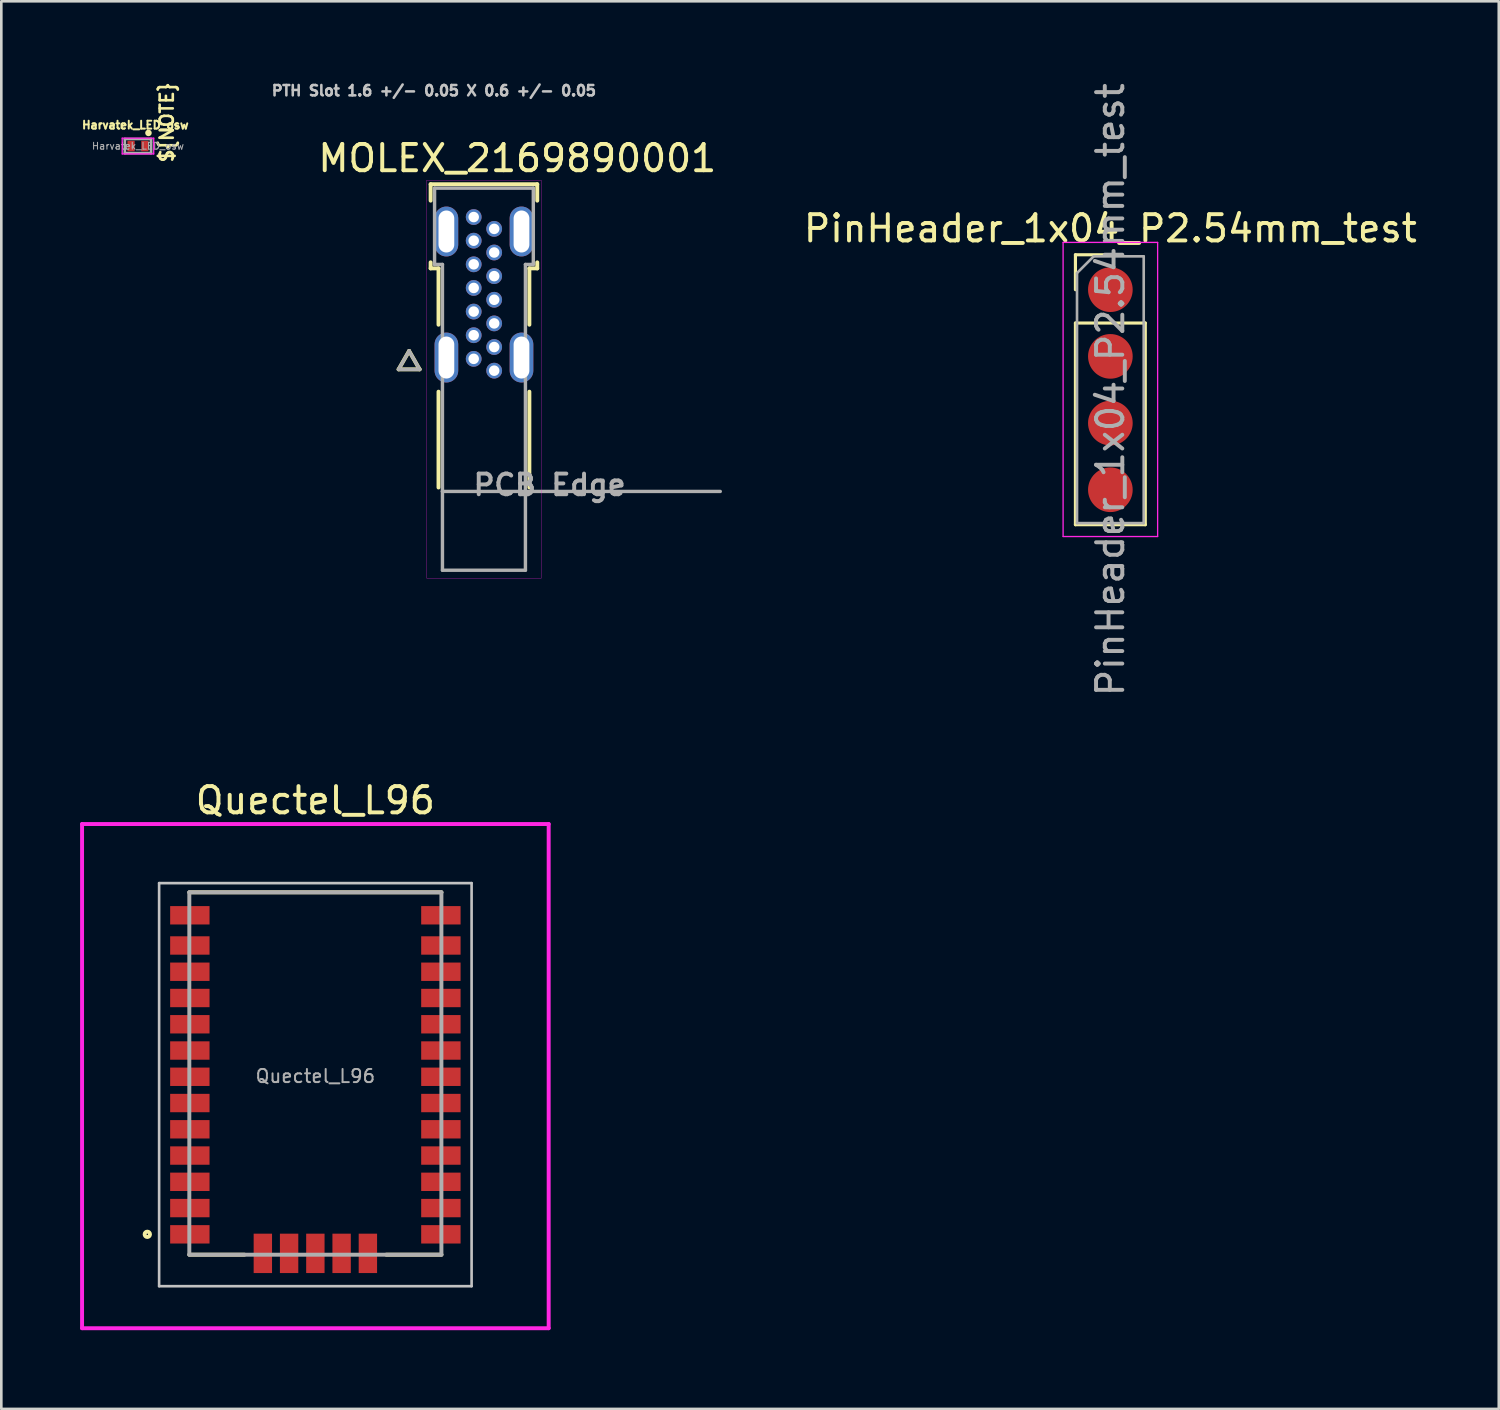
<source format=kicad_pcb>
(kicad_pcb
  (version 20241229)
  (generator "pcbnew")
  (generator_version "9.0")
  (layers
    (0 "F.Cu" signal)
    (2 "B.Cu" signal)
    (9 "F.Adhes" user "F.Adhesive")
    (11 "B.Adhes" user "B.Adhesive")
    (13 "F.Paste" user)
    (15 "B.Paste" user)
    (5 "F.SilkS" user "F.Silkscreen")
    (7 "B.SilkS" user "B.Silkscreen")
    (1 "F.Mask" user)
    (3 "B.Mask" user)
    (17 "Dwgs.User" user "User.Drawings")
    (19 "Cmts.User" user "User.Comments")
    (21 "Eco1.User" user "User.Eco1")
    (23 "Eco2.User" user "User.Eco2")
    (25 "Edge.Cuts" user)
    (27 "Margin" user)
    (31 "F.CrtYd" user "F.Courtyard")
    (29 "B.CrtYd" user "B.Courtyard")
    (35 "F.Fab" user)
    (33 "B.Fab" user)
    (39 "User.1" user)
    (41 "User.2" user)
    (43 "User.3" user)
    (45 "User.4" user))
  (footprint "Quectel_L96"
    (layer "F.Cu")
    (at 8.96 37.932)
    (property "Reference" "Quectel_L96" (at 0 -10.5 0) (layer "F.SilkS") (effects (font (size 1 1) (thickness 0.15))))
    (attr smd)
    (fp_line (start -4.8 -7) (end 4.8 -7) (stroke (width 0.15) (type solid)) (layer "F.SilkS"))
    (fp_line (start -4.8 6.8) (end -2.7 6.8) (stroke (width 0.15) (type solid)) (layer "F.SilkS"))
    (fp_line (start 2.7 6.8) (end 4.8 6.8) (stroke (width 0.15) (type solid)) (layer "F.SilkS"))
    (fp_circle (center -6.4 6.025) (end -6.298 6.025) (stroke (width 0.15) (type solid)) (fill no) (layer "F.SilkS"))
    (fp_line (start -5.95 -7.35) (end 5.95 -7.35) (stroke (width 0.1) (type solid)) (layer "Dwgs.User"))
    (fp_line (start -5.95 8) (end -5.95 -7.35) (stroke (width 0.1) (type solid)) (layer "Dwgs.User"))
    (fp_line (start -5.95 8) (end 5.95 8) (stroke (width 0.1) (type solid)) (layer "Dwgs.User"))
    (fp_line (start 5.95 8) (end 5.95 -7.35) (stroke (width 0.1) (type solid)) (layer "Dwgs.User"))
    (fp_line (start -8.885 -9.6) (end 8.885 -9.6) (stroke (width 0.15) (type solid)) (layer "F.CrtYd"))
    (fp_line (start -8.885 9.6) (end -8.885 -9.6) (stroke (width 0.15) (type solid)) (layer "F.CrtYd"))
    (fp_line (start -8.885 9.6) (end 8.885 9.6) (stroke (width 0.15) (type solid)) (layer "F.CrtYd"))
    (fp_line (start 8.885 9.6) (end 8.885 -9.6) (stroke (width 0.15) (type solid)) (layer "F.CrtYd"))
    (fp_line (start -4.8 -7) (end 4.8 -7) (stroke (width 0.15) (type solid)) (layer "F.Fab"))
    (fp_line (start -4.8 6.8) (end -4.8 -7) (stroke (width 0.15) (type solid)) (layer "F.Fab"))
    (fp_line (start -4.8 6.8) (end 4.8 6.8) (stroke (width 0.15) (type solid)) (layer "F.Fab"))
    (fp_line (start 4.8 6.8) (end 4.8 -7) (stroke (width 0.15) (type solid)) (layer "F.Fab"))
    (fp_text user "${REFERENCE}" (at 0 0 0) (layer "F.Fab") (effects (font (size 0.5 0.5) (thickness 0.075))))
    (pad "1" smd rect (at 4.78 6.025 180) (size 1.5 0.7) (layers "F.Cu" "F.Mask" "F.Paste"))
    (pad "2" smd rect (at 4.78 5.025 180) (size 1.5 0.7) (layers "F.Cu" "F.Mask" "F.Paste"))
    (pad "3" smd rect (at 4.78 4.025 180) (size 1.5 0.7) (layers "F.Cu" "F.Mask" "F.Paste"))
    (pad "4" smd rect (at 4.78 3.025 180) (size 1.5 0.7) (layers "F.Cu" "F.Mask" "F.Paste"))
    (pad "5" smd rect (at 4.78 2.025 180) (size 1.5 0.7) (layers "F.Cu" "F.Mask" "F.Paste"))
    (pad "6" smd rect (at 4.78 1.025 180) (size 1.5 0.7) (layers "F.Cu" "F.Mask" "F.Paste"))
    (pad "7" smd rect (at 4.78 0.025 180) (size 1.5 0.7) (layers "F.Cu" "F.Mask" "F.Paste"))
    (pad "8" smd rect (at 4.78 -0.975 180) (size 1.5 0.7) (layers "F.Cu" "F.Mask" "F.Paste"))
    (pad "9" smd rect (at 4.78 -1.975 180) (size 1.5 0.7) (layers "F.Cu" "F.Mask" "F.Paste"))
    (pad "10" smd rect (at 4.78 -2.975 180) (size 1.5 0.7) (layers "F.Cu" "F.Mask" "F.Paste"))
    (pad "11" smd rect (at 4.78 -3.975 180) (size 1.5 0.7) (layers "F.Cu" "F.Mask" "F.Paste"))
    (pad "12" smd rect (at 4.78 -4.975 180) (size 1.5 0.7) (layers "F.Cu" "F.Mask" "F.Paste"))
    (pad "13" smd rect (at 4.78 -6.125 180) (size 1.5 0.7) (layers "F.Cu" "F.Mask" "F.Paste"))
    (pad "14" smd rect (at -4.78 -6.125 180) (size 1.5 0.7) (layers "F.Cu" "F.Mask" "F.Paste"))
    (pad "15" smd rect (at -4.78 -4.975 180) (size 1.5 0.7) (layers "F.Cu" "F.Mask" "F.Paste"))
    (pad "16" smd rect (at -4.78 -3.975 180) (size 1.5 0.7) (layers "F.Cu" "F.Mask" "F.Paste"))
    (pad "17" smd rect (at -4.78 -2.975 180) (size 1.5 0.7) (layers "F.Cu" "F.Mask" "F.Paste"))
    (pad "18" smd rect (at -4.78 -1.975 180) (size 1.5 0.7) (layers "F.Cu" "F.Mask" "F.Paste"))
    (pad "19" smd rect (at -4.78 -0.975 180) (size 1.5 0.7) (layers "F.Cu" "F.Mask" "F.Paste"))
    (pad "20" smd rect (at -4.78 0.025 180) (size 1.5 0.7) (layers "F.Cu" "F.Mask" "F.Paste"))
    (pad "21" smd rect (at -4.78 1.025 180) (size 1.5 0.7) (layers "F.Cu" "F.Mask" "F.Paste"))
    (pad "22" smd rect (at -4.78 2.025 180) (size 1.5 0.7) (layers "F.Cu" "F.Mask" "F.Paste"))
    (pad "23" smd rect (at -4.78 3.025 180) (size 1.5 0.7) (layers "F.Cu" "F.Mask" "F.Paste"))
    (pad "24" smd rect (at -4.78 4.025 180) (size 1.5 0.7) (layers "F.Cu" "F.Mask" "F.Paste"))
    (pad "25" smd rect (at -4.78 5.025 180) (size 1.5 0.7) (layers "F.Cu" "F.Mask" "F.Paste"))
    (pad "26" smd rect (at -4.78 6.025 180) (size 1.5 0.7) (layers "F.Cu" "F.Mask" "F.Paste"))
    (pad "27" smd rect (at -2 6.75 90) (size 1.5 0.7) (layers "F.Cu" "F.Mask" "F.Paste"))
    (pad "28" smd rect (at -1 6.75 90) (size 1.5 0.7) (layers "F.Cu" "F.Mask" "F.Paste"))
    (pad "29" smd rect (at 0 6.75 90) (size 1.5 0.7) (layers "F.Cu" "F.Mask" "F.Paste"))
    (pad "30" smd rect (at 1 6.75 90) (size 1.5 0.7) (layers "F.Cu" "F.Mask" "F.Paste"))
    (pad "31" smd rect (at 2 6.75 90) (size 1.5 0.7) (layers "F.Cu" "F.Mask" "F.Paste")))
  (footprint "MOLEX_2169890001"
    (layer "F.Cu")
    (at 15.38 15.666)
    (property "Reference" "MOLEX_2169890001" (at 1.27 -12.688 0) (layer "F.SilkS") (effects (font (size 1 1) (thickness 0.15))))
    (attr through_hole)
    (fp_circle (center -0.39 -10.45) (end -0.208 -10.45) (stroke (width 0.363) (type solid)) (fill no) (layer "F.Mask"))
    (fp_circle (center -0.39 -9.55) (end -0.208 -9.55) (stroke (width 0.363) (type solid)) (fill no) (layer "F.Mask"))
    (fp_circle (center -0.39 -8.65) (end -0.208 -8.65) (stroke (width 0.363) (type solid)) (fill no) (layer "F.Mask"))
    (fp_circle (center -0.39 -7.75) (end -0.208 -7.75) (stroke (width 0.363) (type solid)) (fill no) (layer "F.Mask"))
    (fp_circle (center -0.39 -6.85) (end -0.208 -6.85) (stroke (width 0.363) (type solid)) (fill no) (layer "F.Mask"))
    (fp_circle (center -0.39 -5.95) (end -0.208 -5.95) (stroke (width 0.363) (type solid)) (fill no) (layer "F.Mask"))
    (fp_circle (center -0.39 -5.05) (end -0.208 -5.05) (stroke (width 0.363) (type solid)) (fill no) (layer "F.Mask"))
    (fp_circle (center 0.39 -10) (end 0.572 -10) (stroke (width 0.363) (type solid)) (fill no) (layer "F.Mask"))
    (fp_circle (center 0.39 -9.1) (end 0.572 -9.1) (stroke (width 0.363) (type solid)) (fill no) (layer "F.Mask"))
    (fp_circle (center 0.39 -8.2) (end 0.572 -8.2) (stroke (width 0.363) (type solid)) (fill no) (layer "F.Mask"))
    (fp_circle (center 0.39 -7.3) (end 0.572 -7.3) (stroke (width 0.363) (type solid)) (fill no) (layer "F.Mask"))
    (fp_circle (center 0.39 -6.4) (end 0.572 -6.4) (stroke (width 0.363) (type solid)) (fill no) (layer "F.Mask"))
    (fp_circle (center 0.39 -5.5) (end 0.572 -5.5) (stroke (width 0.363) (type solid)) (fill no) (layer "F.Mask"))
    (fp_circle (center 0.39 -4.6) (end 0.572 -4.6) (stroke (width 0.363) (type solid)) (fill no) (layer "F.Mask"))
    (fp_circle (center -0.39 -10.45) (end -0.208 -10.45) (stroke (width 0.363) (type solid)) (fill no) (layer "B.Mask"))
    (fp_circle (center -0.39 -9.55) (end -0.208 -9.55) (stroke (width 0.363) (type solid)) (fill no) (layer "B.Mask"))
    (fp_circle (center -0.39 -8.65) (end -0.208 -8.65) (stroke (width 0.363) (type solid)) (fill no) (layer "B.Mask"))
    (fp_circle (center -0.39 -7.75) (end -0.208 -7.75) (stroke (width 0.363) (type solid)) (fill no) (layer "B.Mask"))
    (fp_circle (center -0.39 -6.85) (end -0.208 -6.85) (stroke (width 0.363) (type solid)) (fill no) (layer "B.Mask"))
    (fp_circle (center -0.39 -5.95) (end -0.208 -5.95) (stroke (width 0.363) (type solid)) (fill no) (layer "B.Mask"))
    (fp_circle (center -0.39 -5.05) (end -0.208 -5.05) (stroke (width 0.363) (type solid)) (fill no) (layer "B.Mask"))
    (fp_circle (center 0.39 -10) (end 0.572 -10) (stroke (width 0.363) (type solid)) (fill no) (layer "B.Mask"))
    (fp_circle (center 0.39 -9.1) (end 0.572 -9.1) (stroke (width 0.363) (type solid)) (fill no) (layer "B.Mask"))
    (fp_circle (center 0.39 -8.2) (end 0.572 -8.2) (stroke (width 0.363) (type solid)) (fill no) (layer "B.Mask"))
    (fp_circle (center 0.39 -7.3) (end 0.572 -7.3) (stroke (width 0.363) (type solid)) (fill no) (layer "B.Mask"))
    (fp_circle (center 0.39 -6.4) (end 0.572 -6.4) (stroke (width 0.363) (type solid)) (fill no) (layer "B.Mask"))
    (fp_circle (center 0.39 -5.5) (end 0.572 -5.5) (stroke (width 0.363) (type solid)) (fill no) (layer "B.Mask"))
    (fp_circle (center 0.39 -4.6) (end 0.572 -4.6) (stroke (width 0.363) (type solid)) (fill no) (layer "B.Mask"))
    (fp_line (start -3.25 -4.65) (end -2.45 -4.65) (stroke (width 0.15) (type solid)) (layer "F.SilkS"))
    (fp_line (start -2.85 -5.35) (end -3.25 -4.65) (stroke (width 0.15) (type solid)) (layer "F.SilkS"))
    (fp_line (start -2.45 -4.65) (end -2.85 -5.35) (stroke (width 0.15) (type solid)) (layer "F.SilkS"))
    (fp_line (start -2.03 -11.7) (end 2.03 -11.7) (stroke (width 0.15) (type solid)) (layer "F.SilkS"))
    (fp_line (start -2.03 -11.075) (end -2.03 -11.7) (stroke (width 0.15) (type solid)) (layer "F.SilkS"))
    (fp_line (start -2.03 -8.495) (end -2.03 -8.725) (stroke (width 0.15) (type solid)) (layer "F.SilkS"))
    (fp_line (start -1.73 -8.495) (end -2.03 -8.495) (stroke (width 0.15) (type solid)) (layer "F.SilkS"))
    (fp_line (start -1.73 -6.35) (end -1.73 -8.495) (stroke (width 0.15) (type solid)) (layer "F.SilkS"))
    (fp_line (start -1.73 -0.15) (end -1.73 -3.8) (stroke (width 0.15) (type solid)) (layer "F.SilkS"))
    (fp_line (start 1.73 -8.495) (end 1.73 -6.35) (stroke (width 0.15) (type solid)) (layer "F.SilkS"))
    (fp_line (start 1.73 -8.495) (end 2.03 -8.495) (stroke (width 0.15) (type solid)) (layer "F.SilkS"))
    (fp_line (start 1.73 -3.8) (end 1.73 -0.15) (stroke (width 0.15) (type solid)) (layer "F.SilkS"))
    (fp_line (start 2.03 -11.7) (end 2.03 -11.075) (stroke (width 0.15) (type solid)) (layer "F.SilkS"))
    (fp_line (start 2.03 -8.725) (end 2.03 -8.495) (stroke (width 0.15) (type solid)) (layer "F.SilkS"))
    (fp_line (start -2.18 -11.85) (end -2.18 3.3) (stroke (width 0.01) (type solid)) (layer "F.CrtYd"))
    (fp_line (start -2.18 3.3) (end 2.18 3.3) (stroke (width 0.01) (type solid)) (layer "F.CrtYd"))
    (fp_line (start 2.18 -11.85) (end -2.18 -11.85) (stroke (width 0.01) (type solid)) (layer "F.CrtYd"))
    (fp_line (start 2.18 3.3) (end 2.18 -11.85) (stroke (width 0.01) (type solid)) (layer "F.CrtYd"))
    (fp_line (start -3.25 -4.65) (end -2.45 -4.65) (stroke (width 0.13) (type solid)) (layer "F.Fab"))
    (fp_line (start -2.85 -5.35) (end -3.25 -4.65) (stroke (width 0.13) (type solid)) (layer "F.Fab"))
    (fp_line (start -2.45 -4.65) (end -2.85 -5.35) (stroke (width 0.13) (type solid)) (layer "F.Fab"))
    (fp_line (start -1.88 -11.55) (end 1.88 -11.55) (stroke (width 0.13) (type solid)) (layer "F.Fab"))
    (fp_line (start -1.88 -8.645) (end -1.88 -11.55) (stroke (width 0.13) (type solid)) (layer "F.Fab"))
    (fp_line (start -1.58 -8.645) (end -1.88 -8.645) (stroke (width 0.13) (type solid)) (layer "F.Fab"))
    (fp_line (start -1.58 0) (end -1.58 -8.645) (stroke (width 0.13) (type solid)) (layer "F.Fab"))
    (fp_line (start -1.58 0) (end 9 0) (stroke (width 0.13) (type solid)) (layer "F.Fab"))
    (fp_line (start -1.58 3) (end -1.58 0) (stroke (width 0.13) (type solid)) (layer "F.Fab"))
    (fp_line (start 1.58 -8.645) (end 1.58 3) (stroke (width 0.13) (type solid)) (layer "F.Fab"))
    (fp_line (start 1.58 -8.645) (end 1.88 -8.645) (stroke (width 0.13) (type solid)) (layer "F.Fab"))
    (fp_line (start 1.58 3) (end -1.58 3) (stroke (width 0.13) (type solid)) (layer "F.Fab"))
    (fp_line (start 1.88 -11.55) (end 1.88 -8.645) (stroke (width 0.13) (type solid)) (layer "F.Fab"))
    (fp_text user "PTH Slot 1.6 +/- 0.05 X 0.6 +/- 0.05" (at -1.905 -15.262 0) (layer "Dwgs.User") (effects (font (size 0.394 0.394) (thickness 0.098))))
    (fp_text user "PCB Edge" (at 2.5 -0.25 0) (layer "F.Fab") (effects (font (size 0.787 0.787) (thickness 0.15))))
    (pad "A1" thru_hole circle (at -0.39 -5.05) (size 0.6 0.6) (drill 0.4) (layers "*.Cu"))
    (pad "A4" thru_hole circle (at -0.39 -5.95) (size 0.6 0.6) (drill 0.4) (layers "*.Cu"))
    (pad "A5" thru_hole circle (at -0.39 -6.85) (size 0.6 0.6) (drill 0.4) (layers "*.Cu"))
    (pad "A6" thru_hole circle (at -0.39 -7.75) (size 0.6 0.6) (drill 0.4) (layers "*.Cu"))
    (pad "A7" thru_hole circle (at -0.39 -8.65) (size 0.6 0.6) (drill 0.4) (layers "*.Cu"))
    (pad "A9" thru_hole circle (at -0.39 -9.55) (size 0.6 0.6) (drill 0.4) (layers "*.Cu"))
    (pad "A12" thru_hole circle (at -0.39 -10.45) (size 0.6 0.6) (drill 0.4) (layers "*.Cu"))
    (pad "B1" thru_hole circle (at 0.39 -10) (size 0.6 0.6) (drill 0.4) (layers "*.Cu"))
    (pad "B4" thru_hole circle (at 0.39 -9.1) (size 0.6 0.6) (drill 0.4) (layers "*.Cu"))
    (pad "B5" thru_hole circle (at 0.39 -8.2) (size 0.6 0.6) (drill 0.4) (layers "*.Cu"))
    (pad "B6" thru_hole circle (at 0.39 -7.3) (size 0.6 0.6) (drill 0.4) (layers "*.Cu"))
    (pad "B7" thru_hole circle (at 0.39 -6.4) (size 0.6 0.6) (drill 0.4) (layers "*.Cu"))
    (pad "B9" thru_hole circle (at 0.39 -5.5) (size 0.6 0.6) (drill 0.4) (layers "*.Cu"))
    (pad "B12" thru_hole circle (at 0.39 -4.6) (size 0.6 0.6) (drill 0.4) (layers "*.Cu"))
    (pad "SH1" thru_hole oval (at -1.43 -5.1) (size 0.9 1.9) (drill oval 0.6 1.6) (layers "*.Cu" "*.Mask"))
    (pad "SH2" thru_hole oval (at 1.43 -5.1) (size 0.9 1.9) (drill oval 0.6 1.6) (layers "*.Cu" "*.Mask"))
    (pad "SH3" thru_hole oval (at -1.43 -9.9) (size 0.9 1.9) (drill oval 0.6 1.6) (layers "*.Cu" "*.Mask"))
    (pad "SH4" thru_hole oval (at 1.43 -9.9) (size 0.9 1.9) (drill oval 0.6 1.6) (layers "*.Cu" "*.Mask")))
  (footprint "Harvatek_LED_osw"
    (layer "F.Cu")
    (at 2.204 2.512)
    (property "Reference" "Harvatek_LED_osw" (at -0.1 -0.8 0) (layer "F.SilkS") (effects (font (size 0.3 0.3) (thickness 0.075))))
    (attr smd)
    (fp_circle (center 0.4 -0.5) (end 0.5 -0.5) (stroke (width 0.05) (type solid)) (fill yes) (layer "F.SilkS"))
    (fp_line (start -0.6 -0.3) (end 0.6 -0.3) (stroke (width 0.05) (type solid)) (layer "F.CrtYd"))
    (fp_line (start -0.6 0.3) (end -0.6 -0.3) (stroke (width 0.05) (type solid)) (layer "F.CrtYd"))
    (fp_line (start 0.6 -0.3) (end 0.6 0.3) (stroke (width 0.05) (type solid)) (layer "F.CrtYd"))
    (fp_line (start 0.6 0.3) (end -0.6 0.3) (stroke (width 0.05) (type solid)) (layer "F.CrtYd"))
    (fp_line (start -0.5 -0.27) (end 0.5 -0.27) (stroke (width 0.1) (type solid)) (layer "F.Fab"))
    (fp_line (start -0.5 0.27) (end -0.5 -0.27) (stroke (width 0.1) (type solid)) (layer "F.Fab"))
    (fp_line (start 0.5 -0.27) (end 0.5 0.27) (stroke (width 0.1) (type solid)) (layer "F.Fab"))
    (fp_line (start 0.5 0.27) (end -0.5 0.27) (stroke (width 0.1) (type solid)) (layer "F.Fab"))
    (fp_text user "${NOTE}" (at 1.1 -0.9 90) (layer "F.SilkS") (effects (font (size 0.5 0.5) (thickness 0.1))))
    (fp_text user "${REFERENCE}" (at 0 0 0) (layer "F.Fab") (effects (font (size 0.26 0.26) (thickness 0.04))))
    (pad "1" smd rect (at -0.263 0) (size 0.275 0.4) (layers "F.Cu" "F.Mask" "F.Paste"))
    (pad "2" smd rect (at 0.263 0) (size 0.275 0.4) (layers "F.Cu" "F.Mask" "F.Paste")))
  (footprint "PinHeader_1x04_P2.54mm_test"
    (layer "F.Cu")
    (at 39.236 7.982)
    (property "Reference" "PinHeader_1x04_P2.54mm_test" (at 0 -2.33 0) (layer "F.SilkS") (effects (font (size 1 1) (thickness 0.15))))
    (attr through_hole)
    (fp_line (start -1.33 -1.33) (end 0 -1.33) (stroke (width 0.12) (type solid)) (layer "F.SilkS"))
    (fp_line (start -1.33 0) (end -1.33 -1.33) (stroke (width 0.12) (type solid)) (layer "F.SilkS"))
    (fp_line (start -1.33 1.27) (end -1.33 8.95) (stroke (width 0.12) (type solid)) (layer "F.SilkS"))
    (fp_line (start -1.33 1.27) (end 1.33 1.27) (stroke (width 0.12) (type solid)) (layer "F.SilkS"))
    (fp_line (start -1.33 8.95) (end 1.33 8.95) (stroke (width 0.12) (type solid)) (layer "F.SilkS"))
    (fp_line (start 1.33 1.27) (end 1.33 8.95) (stroke (width 0.12) (type solid)) (layer "F.SilkS"))
    (fp_line (start -1.8 -1.8) (end -1.8 9.4) (stroke (width 0.05) (type solid)) (layer "F.CrtYd"))
    (fp_line (start -1.8 9.4) (end 1.8 9.4) (stroke (width 0.05) (type solid)) (layer "F.CrtYd"))
    (fp_line (start 1.8 -1.8) (end -1.8 -1.8) (stroke (width 0.05) (type solid)) (layer "F.CrtYd"))
    (fp_line (start 1.8 9.4) (end 1.8 -1.8) (stroke (width 0.05) (type solid)) (layer "F.CrtYd"))
    (fp_line (start -1.27 -0.635) (end -0.635 -1.27) (stroke (width 0.1) (type solid)) (layer "F.Fab"))
    (fp_line (start -1.27 8.89) (end -1.27 -0.635) (stroke (width 0.1) (type solid)) (layer "F.Fab"))
    (fp_line (start -0.635 -1.27) (end 1.27 -1.27) (stroke (width 0.1) (type solid)) (layer "F.Fab"))
    (fp_line (start 1.27 -1.27) (end 1.27 8.89) (stroke (width 0.1) (type solid)) (layer "F.Fab"))
    (fp_line (start 1.27 8.89) (end -1.27 8.89) (stroke (width 0.1) (type solid)) (layer "F.Fab"))
    (fp_text user "${REFERENCE}" (at 0 3.81 90) (layer "F.Fab") (effects (font (size 1 1) (thickness 0.15))))
    (pad "1" smd circle (at 0 0) (size 1.7 1.7) (layers "F.Cu" "F.Mask" "F.Paste"))
    (pad "2" smd oval (at 0 2.54) (size 1.7 1.7) (layers "F.Cu" "F.Mask" "F.Paste"))
    (pad "3" smd oval (at 0 5.08) (size 1.7 1.7) (layers "F.Cu" "F.Mask" "F.Paste"))
    (pad "4" smd oval (at 0 7.62) (size 1.7 1.7) (layers "F.Cu" "F.Mask" "F.Paste")))
  (gr_rect
    (start -3 -3)
    (end 54.028 50.607)
    (stroke (width 0.1) (type default))
    (fill no)
    (layer "Edge.Cuts")))
</source>
